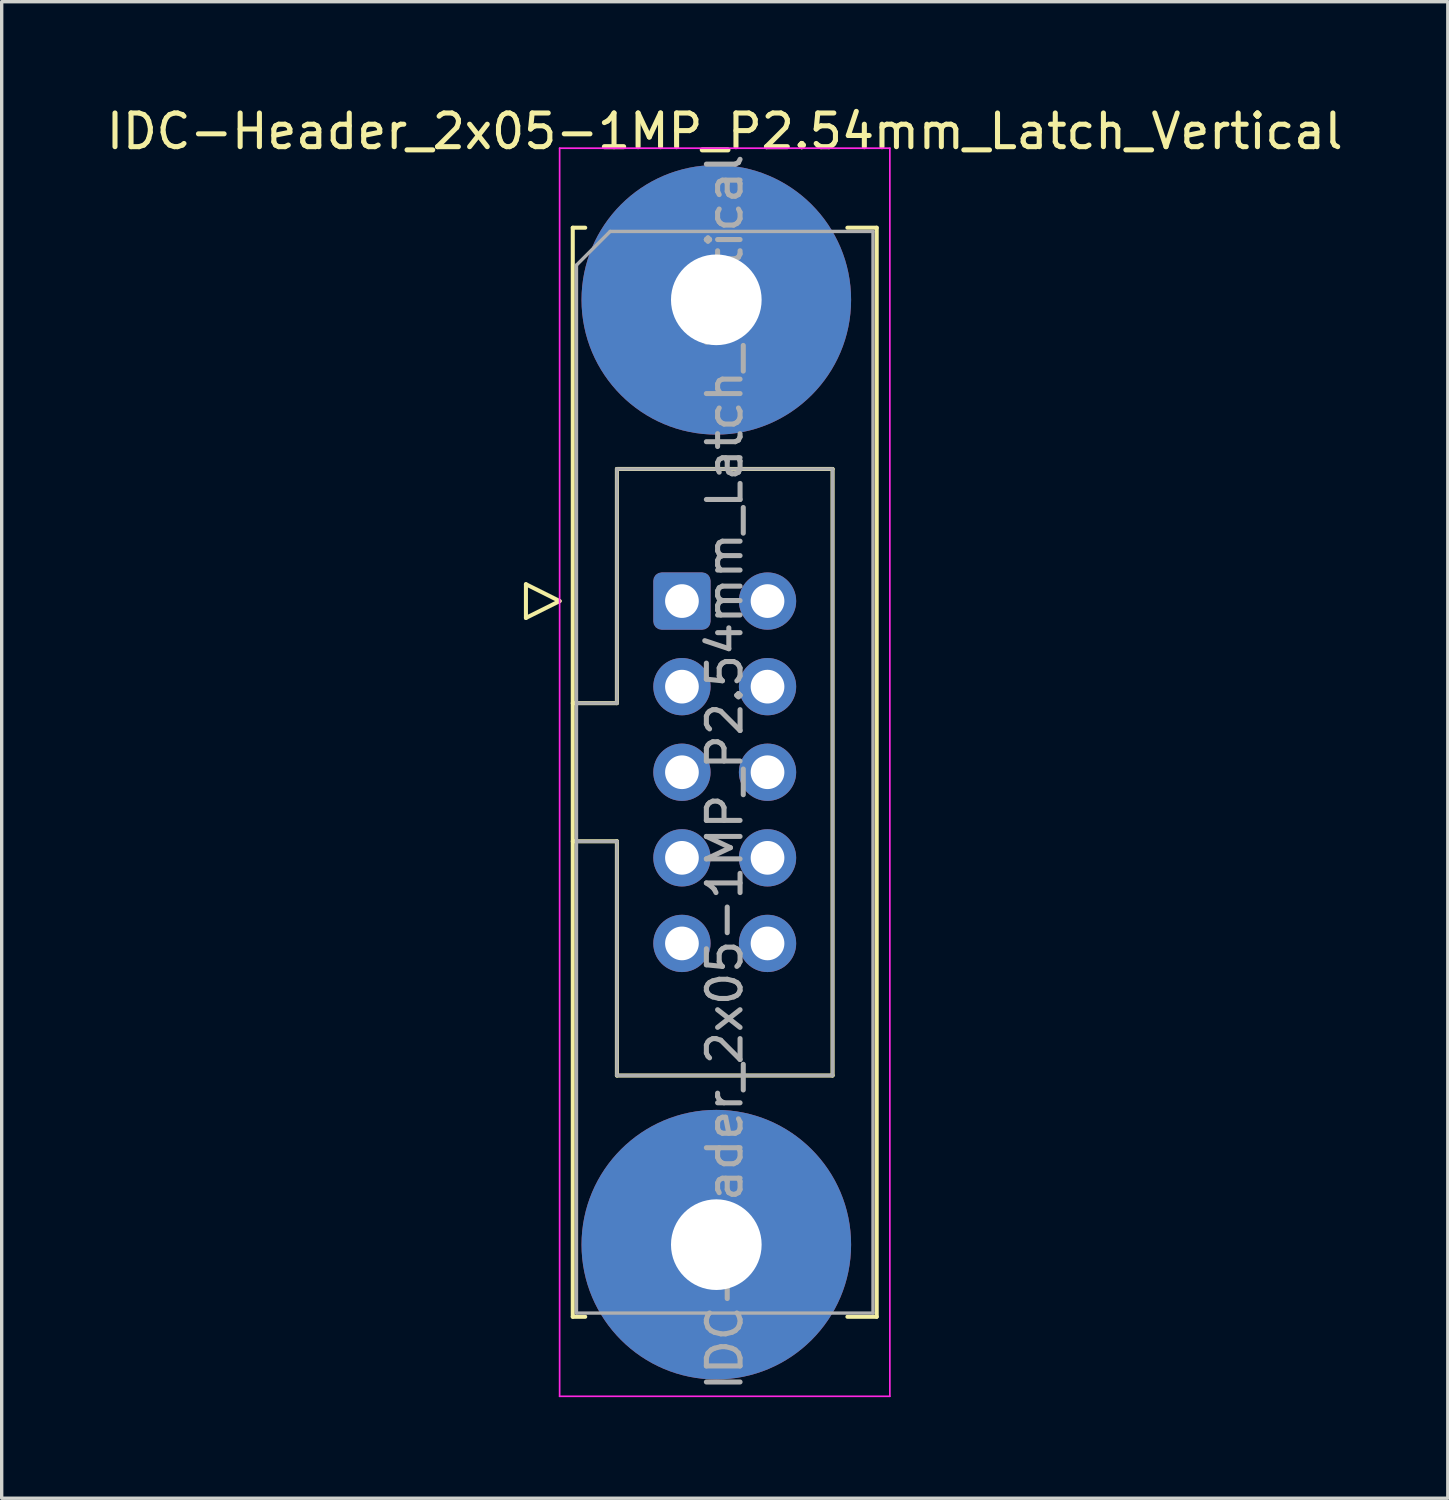
<source format=kicad_pcb>
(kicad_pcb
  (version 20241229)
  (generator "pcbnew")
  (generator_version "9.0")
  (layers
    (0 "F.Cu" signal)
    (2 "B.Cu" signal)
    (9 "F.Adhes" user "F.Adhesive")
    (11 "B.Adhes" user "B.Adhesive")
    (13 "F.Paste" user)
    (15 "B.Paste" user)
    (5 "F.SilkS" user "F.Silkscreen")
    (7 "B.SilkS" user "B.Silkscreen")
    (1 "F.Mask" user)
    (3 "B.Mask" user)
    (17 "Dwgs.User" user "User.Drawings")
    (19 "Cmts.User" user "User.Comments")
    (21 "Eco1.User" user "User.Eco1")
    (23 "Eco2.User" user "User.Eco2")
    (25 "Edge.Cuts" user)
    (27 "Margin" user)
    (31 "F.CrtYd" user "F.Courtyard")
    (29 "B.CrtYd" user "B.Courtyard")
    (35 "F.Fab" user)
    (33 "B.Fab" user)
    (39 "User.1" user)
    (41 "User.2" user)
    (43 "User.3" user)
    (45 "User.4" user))
  (footprint "IDC-Header_2x05-1MP_P2.54mm_Latch_Vertical"
    (layer "F.Cu")
    (at 17.188 14.788)
    (property "Reference" "IDC-Header_2x05-1MP_P2.54mm_Latch_Vertical" (at 1.27 -13.94 0) (layer "F.SilkS") (effects (font (size 1 1) (thickness 0.15))))
    (attr through_hole)
    (fp_line (start -4.63 -0.5) (end -4.63 0.5) (stroke (width 0.12) (type solid)) (layer "F.SilkS"))
    (fp_line (start -4.63 0.5) (end -3.63 0) (stroke (width 0.12) (type solid)) (layer "F.SilkS"))
    (fp_line (start -3.63 0) (end -4.63 -0.5) (stroke (width 0.12) (type solid)) (layer "F.SilkS"))
    (fp_line (start -3.24 -11.08) (end -3.24 21.24) (stroke (width 0.12) (type solid)) (layer "F.SilkS"))
    (fp_line (start -3.24 3.03) (end -1.93 3.03) (stroke (width 0.12) (type solid)) (layer "F.SilkS"))
    (fp_line (start -3.24 21.24) (end -2.87 21.24) (stroke (width 0.12) (type solid)) (layer "F.SilkS"))
    (fp_line (start -2.87 -11.08) (end -3.24 -11.08) (stroke (width 0.12) (type solid)) (layer "F.SilkS"))
    (fp_line (start -1.93 -3.92) (end 4.47 -3.92) (stroke (width 0.12) (type solid)) (layer "F.SilkS"))
    (fp_line (start -1.93 3.03) (end -1.93 -3.92) (stroke (width 0.12) (type solid)) (layer "F.SilkS"))
    (fp_line (start -1.93 7.13) (end -3.24 7.13) (stroke (width 0.12) (type solid)) (layer "F.SilkS"))
    (fp_line (start -1.93 7.13) (end -1.93 7.13) (stroke (width 0.12) (type solid)) (layer "F.SilkS"))
    (fp_line (start -1.93 14.08) (end -1.93 7.13) (stroke (width 0.12) (type solid)) (layer "F.SilkS"))
    (fp_line (start 4.47 -3.92) (end 4.47 14.08) (stroke (width 0.12) (type solid)) (layer "F.SilkS"))
    (fp_line (start 4.47 14.08) (end -1.93 14.08) (stroke (width 0.12) (type solid)) (layer "F.SilkS"))
    (fp_line (start 4.91 -11.08) (end 5.78 -11.08) (stroke (width 0.12) (type solid)) (layer "F.SilkS"))
    (fp_line (start 5.78 -11.08) (end 5.78 21.24) (stroke (width 0.12) (type solid)) (layer "F.SilkS"))
    (fp_line (start 5.78 21.24) (end 4.91 21.24) (stroke (width 0.12) (type solid)) (layer "F.SilkS"))
    (fp_line (start -3.63 -13.44) (end -3.63 23.6) (stroke (width 0.05) (type solid)) (layer "F.CrtYd"))
    (fp_line (start -3.63 23.6) (end 6.17 23.6) (stroke (width 0.05) (type solid)) (layer "F.CrtYd"))
    (fp_line (start 6.17 -13.44) (end -3.63 -13.44) (stroke (width 0.05) (type solid)) (layer "F.CrtYd"))
    (fp_line (start 6.17 23.6) (end 6.17 -13.44) (stroke (width 0.05) (type solid)) (layer "F.CrtYd"))
    (fp_line (start -3.13 -9.97) (end -2.13 -10.97) (stroke (width 0.1) (type solid)) (layer "F.Fab"))
    (fp_line (start -3.13 3.03) (end -1.93 3.03) (stroke (width 0.1) (type solid)) (layer "F.Fab"))
    (fp_line (start -3.13 21.13) (end -3.13 -9.97) (stroke (width 0.1) (type solid)) (layer "F.Fab"))
    (fp_line (start -2.13 -10.97) (end 5.67 -10.97) (stroke (width 0.1) (type solid)) (layer "F.Fab"))
    (fp_line (start -1.93 -3.92) (end 4.47 -3.92) (stroke (width 0.1) (type solid)) (layer "F.Fab"))
    (fp_line (start -1.93 3.03) (end -1.93 -3.92) (stroke (width 0.1) (type solid)) (layer "F.Fab"))
    (fp_line (start -1.93 7.13) (end -3.13 7.13) (stroke (width 0.1) (type solid)) (layer "F.Fab"))
    (fp_line (start -1.93 7.13) (end -1.93 7.13) (stroke (width 0.1) (type solid)) (layer "F.Fab"))
    (fp_line (start -1.93 14.08) (end -1.93 7.13) (stroke (width 0.1) (type solid)) (layer "F.Fab"))
    (fp_line (start 4.47 -3.92) (end 4.47 14.08) (stroke (width 0.1) (type solid)) (layer "F.Fab"))
    (fp_line (start 4.47 14.08) (end -1.93 14.08) (stroke (width 0.1) (type solid)) (layer "F.Fab"))
    (fp_line (start 5.67 -10.97) (end 5.67 21.13) (stroke (width 0.1) (type solid)) (layer "F.Fab"))
    (fp_line (start 5.67 21.13) (end -3.13 21.13) (stroke (width 0.1) (type solid)) (layer "F.Fab"))
    (fp_text user "${REFERENCE}" (at 1.27 5.08 90) (layer "F.Fab") (effects (font (size 1 1) (thickness 0.15))))
    (pad "1" thru_hole roundrect (at 0 0) (size 1.7 1.7) (drill 1) (layers "*.Cu" "*.Mask") (roundrect_rratio 0.147))
    (pad "2" thru_hole circle (at 2.54 0) (size 1.7 1.7) (drill 1) (layers "*.Cu" "*.Mask"))
    (pad "3" thru_hole circle (at 0 2.54) (size 1.7 1.7) (drill 1) (layers "*.Cu" "*.Mask"))
    (pad "4" thru_hole circle (at 2.54 2.54) (size 1.7 1.7) (drill 1) (layers "*.Cu" "*.Mask"))
    (pad "5" thru_hole circle (at 0 5.08) (size 1.7 1.7) (drill 1) (layers "*.Cu" "*.Mask"))
    (pad "6" thru_hole circle (at 2.54 5.08) (size 1.7 1.7) (drill 1) (layers "*.Cu" "*.Mask"))
    (pad "7" thru_hole circle (at 0 7.62) (size 1.7 1.7) (drill 1) (layers "*.Cu" "*.Mask"))
    (pad "8" thru_hole circle (at 2.54 7.62) (size 1.7 1.7) (drill 1) (layers "*.Cu" "*.Mask"))
    (pad "9" thru_hole circle (at 0 10.16) (size 1.7 1.7) (drill 1) (layers "*.Cu" "*.Mask"))
    (pad "10" thru_hole circle (at 2.54 10.16) (size 1.7 1.7) (drill 1) (layers "*.Cu" "*.Mask"))
    (pad "MP" thru_hole circle (at 1.02 -8.94) (size 8 8) (drill 2.69) (layers "*.Cu" "*.Mask"))
    (pad "MP" thru_hole circle (at 1.02 19.1) (size 8 8) (drill 2.69) (layers "*.Cu" "*.Mask")))
  (gr_rect
    (start -3 -3)
    (end 39.917 41.413)
    (stroke (width 0.1) (type default))
    (fill no)
    (layer "Edge.Cuts")))
</source>
